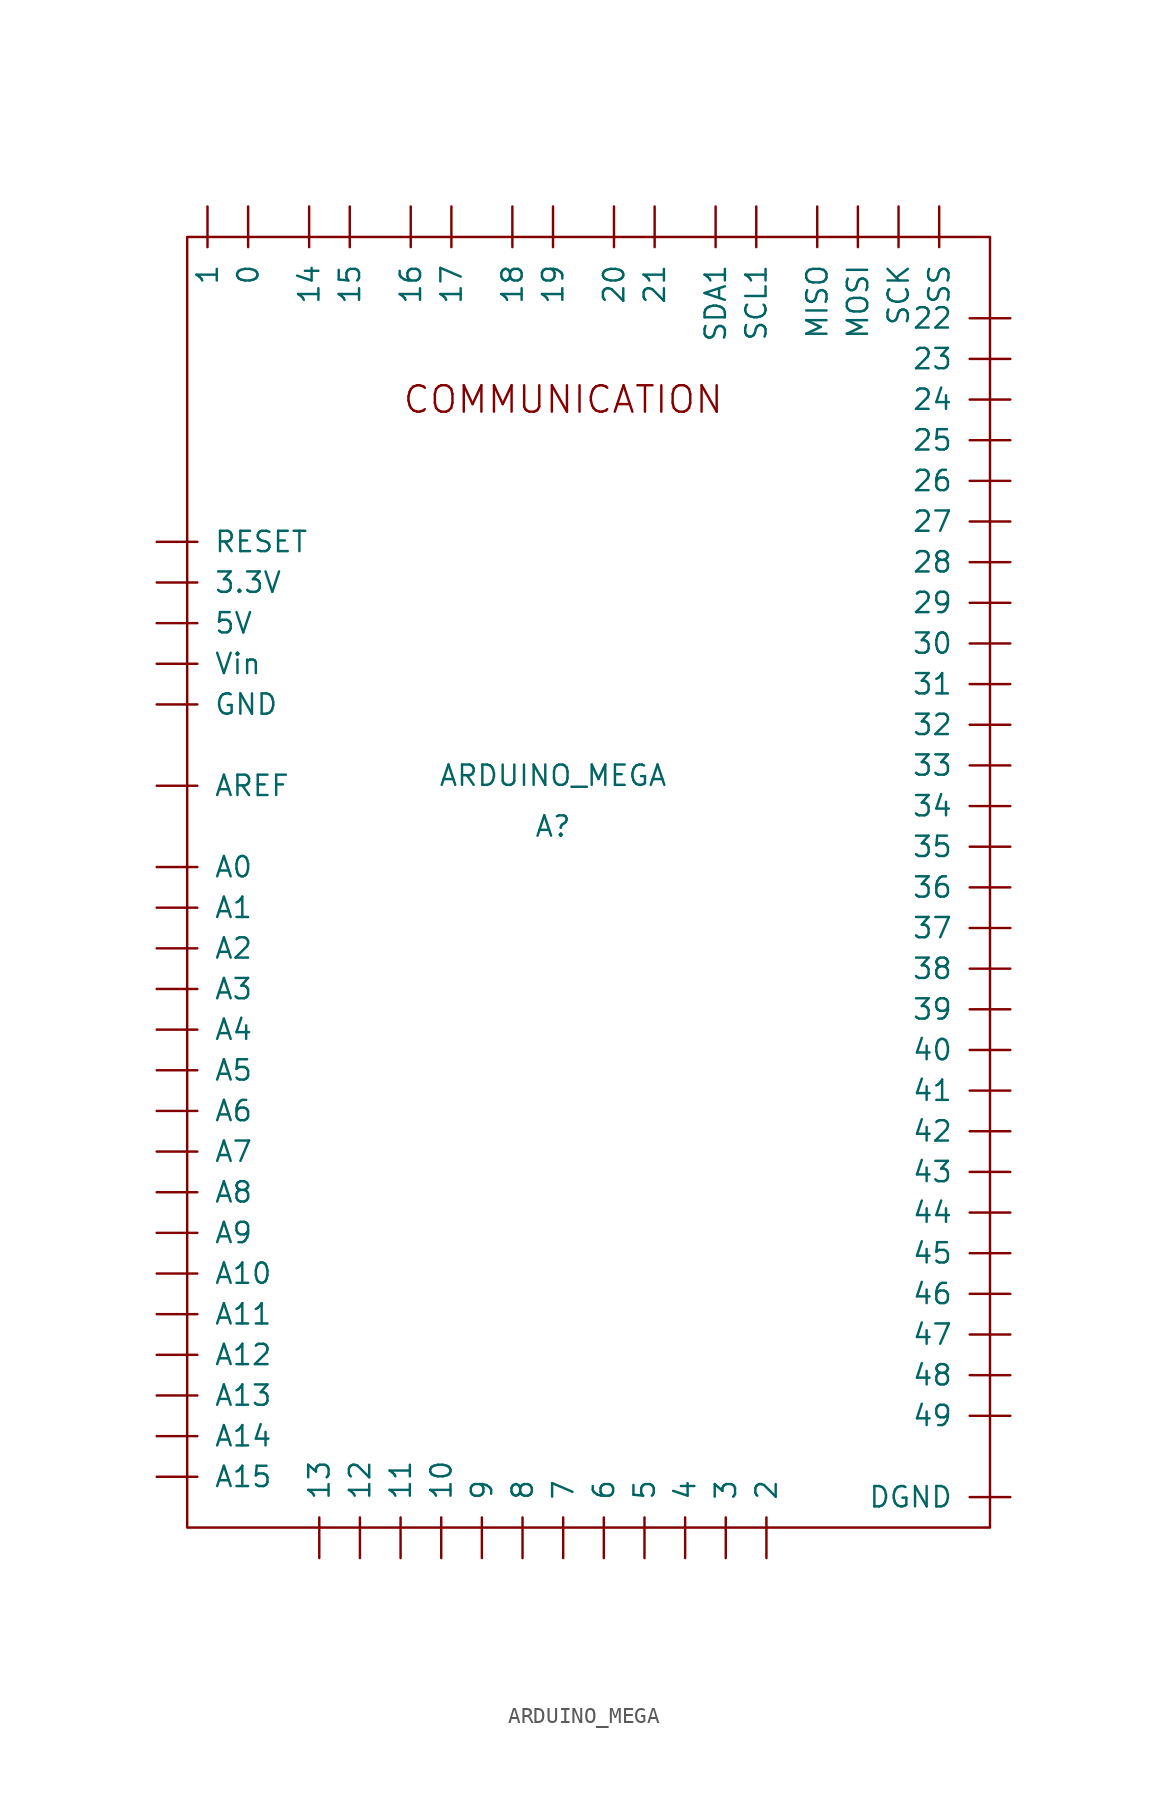
<source format=kicad_sym>
(kicad_symbol_lib
  (version 20211014)
  (generator kicad_symbol_editor)
  (symbol "ARDUINO_MEGA"
    (pin_numbers hide)
    (pin_names
      (offset 1.016))
    (property "Reference" "A"
      (at 0.635 -2.54 0)
      (effects (font (size 1.27 1.27))))
    (property "Value" "ARDUINO_MEGA"
      (at 0.635 0.635 0)
      (effects (font (size 1.27 1.27))))
    (symbol "ARDUINO_MEGA_0_0"
      (rectangle (start -22.225 34.29) (end 27.94 -46.355) (stroke (width 0) (type default) (color 0 0 0 0)) (fill (type none)))
      (text "COMMUNICATION" (at 1.27 24.13 0) (effects (font (size 1.651 1.651)))))
    (symbol "ARDUINO_MEGA_1_1"
      (pin passive line (at -18.415 36.195 270) (length 2.54) (name "0" (effects (font (size 1.27 1.27)))) (number "0" (effects (font (size 1.27 1.27)))))
      (pin passive line (at -20.955 36.195 270) (length 2.54) (name "1" (effects (font (size 1.27 1.27)))) (number "1" (effects (font (size 1.27 1.27)))))
      (pin passive line (at -6.35 -48.26 90) (length 2.54) (name "10" (effects (font (size 1.27 1.27)))) (number "10" (effects (font (size 1.27 1.27)))))
      (pin passive line (at -8.89 -48.26 90) (length 2.54) (name "11" (effects (font (size 1.27 1.27)))) (number "11" (effects (font (size 1.27 1.27)))))
      (pin passive line (at -11.43 -48.26 90) (length 2.54) (name "12" (effects (font (size 1.27 1.27)))) (number "12" (effects (font (size 1.27 1.27)))))
      (pin passive line (at -13.97 -48.26 90) (length 2.54) (name "13" (effects (font (size 1.27 1.27)))) (number "13" (effects (font (size 1.27 1.27)))))
      (pin passive line (at -14.605 36.195 270) (length 2.54) (name "14" (effects (font (size 1.27 1.27)))) (number "14" (effects (font (size 1.27 1.27)))))
      (pin passive line (at -12.065 36.195 270) (length 2.54) (name "15" (effects (font (size 1.27 1.27)))) (number "15" (effects (font (size 1.27 1.27)))))
      (pin passive line (at -8.255 36.195 270) (length 2.54) (name "16" (effects (font (size 1.27 1.27)))) (number "16" (effects (font (size 1.27 1.27)))))
      (pin passive line (at -5.715 36.195 270) (length 2.54) (name "17" (effects (font (size 1.27 1.27)))) (number "17" (effects (font (size 1.27 1.27)))))
      (pin passive line (at -1.905 36.195 270) (length 2.54) (name "18" (effects (font (size 1.27 1.27)))) (number "18" (effects (font (size 1.27 1.27)))))
      (pin passive line (at 0.635 36.195 270) (length 2.54) (name "19" (effects (font (size 1.27 1.27)))) (number "19" (effects (font (size 1.27 1.27)))))
      (pin passive line (at 13.97 -48.26 90) (length 2.54) (name "2" (effects (font (size 1.27 1.27)))) (number "2" (effects (font (size 1.27 1.27)))))
      (pin passive line (at 4.445 36.195 270) (length 2.54) (name "20" (effects (font (size 1.27 1.27)))) (number "20" (effects (font (size 1.27 1.27)))))
      (pin passive line (at 10.795 36.195 270) (length 2.54) (name "SDA1" (effects (font (size 1.27 1.27)))) (number "20" (effects (font (size 1.27 1.27)))))
      (pin passive line (at 6.985 36.195 270) (length 2.54) (name "21" (effects (font (size 1.27 1.27)))) (number "21" (effects (font (size 1.27 1.27)))))
      (pin passive line (at 13.335 36.195 270) (length 2.54) (name "SCL1" (effects (font (size 1.27 1.27)))) (number "21" (effects (font (size 1.27 1.27)))))
      (pin passive line (at 29.21 29.21 180) (length 2.54) (name "22" (effects (font (size 1.27 1.27)))) (number "22" (effects (font (size 1.27 1.27)))))
      (pin passive line (at 29.21 26.67 180) (length 2.54) (name "23" (effects (font (size 1.27 1.27)))) (number "23" (effects (font (size 1.27 1.27)))))
      (pin passive line (at 29.21 24.13 180) (length 2.54) (name "24" (effects (font (size 1.27 1.27)))) (number "24" (effects (font (size 1.27 1.27)))))
      (pin passive line (at 29.21 21.59 180) (length 2.54) (name "25" (effects (font (size 1.27 1.27)))) (number "25" (effects (font (size 1.27 1.27)))))
      (pin passive line (at 29.21 19.05 180) (length 2.54) (name "26" (effects (font (size 1.27 1.27)))) (number "26" (effects (font (size 1.27 1.27)))))
      (pin passive line (at 29.21 16.51 180) (length 2.54) (name "27" (effects (font (size 1.27 1.27)))) (number "27" (effects (font (size 1.27 1.27)))))
      (pin passive line (at 29.21 13.97 180) (length 2.54) (name "28" (effects (font (size 1.27 1.27)))) (number "28" (effects (font (size 1.27 1.27)))))
      (pin passive line (at 29.21 11.43 180) (length 2.54) (name "29" (effects (font (size 1.27 1.27)))) (number "29" (effects (font (size 1.27 1.27)))))
      (pin passive line (at 11.43 -48.26 90) (length 2.54) (name "3" (effects (font (size 1.27 1.27)))) (number "3" (effects (font (size 1.27 1.27)))))
      (pin passive line (at 29.21 8.89 180) (length 2.54) (name "30" (effects (font (size 1.27 1.27)))) (number "30" (effects (font (size 1.27 1.27)))))
      (pin passive line (at 29.21 6.35 180) (length 2.54) (name "31" (effects (font (size 1.27 1.27)))) (number "31" (effects (font (size 1.27 1.27)))))
      (pin passive line (at 29.21 3.81 180) (length 2.54) (name "32" (effects (font (size 1.27 1.27)))) (number "32" (effects (font (size 1.27 1.27)))))
      (pin passive line (at 29.21 1.27 180) (length 2.54) (name "33" (effects (font (size 1.27 1.27)))) (number "33" (effects (font (size 1.27 1.27)))))
      (pin passive line (at 29.21 -1.27 180) (length 2.54) (name "34" (effects (font (size 1.27 1.27)))) (number "34" (effects (font (size 1.27 1.27)))))
      (pin passive line (at 29.21 -3.81 180) (length 2.54) (name "35" (effects (font (size 1.27 1.27)))) (number "35" (effects (font (size 1.27 1.27)))))
      (pin passive line (at 29.21 -6.35 180) (length 2.54) (name "36" (effects (font (size 1.27 1.27)))) (number "36" (effects (font (size 1.27 1.27)))))
      (pin passive line (at 29.21 -8.89 180) (length 2.54) (name "37" (effects (font (size 1.27 1.27)))) (number "37" (effects (font (size 1.27 1.27)))))
      (pin passive line (at 29.21 -11.43 180) (length 2.54) (name "38" (effects (font (size 1.27 1.27)))) (number "38" (effects (font (size 1.27 1.27)))))
      (pin passive line (at 29.21 -13.97 180) (length 2.54) (name "39" (effects (font (size 1.27 1.27)))) (number "39" (effects (font (size 1.27 1.27)))))
      (pin passive line (at -24.13 12.7 0) (length 2.54) (name "3.3V" (effects (font (size 1.27 1.27)))) (number "3V3" (effects (font (size 1.27 1.27)))))
      (pin passive line (at 8.89 -48.26 90) (length 2.54) (name "4" (effects (font (size 1.27 1.27)))) (number "4" (effects (font (size 1.27 1.27)))))
      (pin passive line (at 29.21 -16.51 180) (length 2.54) (name "40" (effects (font (size 1.27 1.27)))) (number "40" (effects (font (size 1.27 1.27)))))
      (pin passive line (at 29.21 -19.05 180) (length 2.54) (name "41" (effects (font (size 1.27 1.27)))) (number "41" (effects (font (size 1.27 1.27)))))
      (pin passive line (at 29.21 -21.59 180) (length 2.54) (name "42" (effects (font (size 1.27 1.27)))) (number "42" (effects (font (size 1.27 1.27)))))
      (pin passive line (at 29.21 -24.13 180) (length 2.54) (name "43" (effects (font (size 1.27 1.27)))) (number "43" (effects (font (size 1.27 1.27)))))
      (pin passive line (at 29.21 -26.67 180) (length 2.54) (name "44" (effects (font (size 1.27 1.27)))) (number "44" (effects (font (size 1.27 1.27)))))
      (pin passive line (at 29.21 -29.21 180) (length 2.54) (name "45" (effects (font (size 1.27 1.27)))) (number "45" (effects (font (size 1.27 1.27)))))
      (pin passive line (at 29.21 -31.75 180) (length 2.54) (name "46" (effects (font (size 1.27 1.27)))) (number "46" (effects (font (size 1.27 1.27)))))
      (pin passive line (at 29.21 -34.29 180) (length 2.54) (name "47" (effects (font (size 1.27 1.27)))) (number "47" (effects (font (size 1.27 1.27)))))
      (pin passive line (at 29.21 -36.83 180) (length 2.54) (name "48" (effects (font (size 1.27 1.27)))) (number "48" (effects (font (size 1.27 1.27)))))
      (pin passive line (at 29.21 -39.37 180) (length 2.54) (name "49" (effects (font (size 1.27 1.27)))) (number "49" (effects (font (size 1.27 1.27)))))
      (pin passive line (at 6.35 -48.26 90) (length 2.54) (name "5" (effects (font (size 1.27 1.27)))) (number "5" (effects (font (size 1.27 1.27)))))
      (pin passive line (at 17.145 36.195 270) (length 2.54) (name "MISO" (effects (font (size 1.27 1.27)))) (number "50" (effects (font (size 1.27 1.27)))))
      (pin passive line (at 19.685 36.195 270) (length 2.54) (name "MOSI" (effects (font (size 1.27 1.27)))) (number "51" (effects (font (size 1.27 1.27)))))
      (pin passive line (at 22.225 36.195 270) (length 2.54) (name "SCK" (effects (font (size 1.27 1.27)))) (number "52" (effects (font (size 1.27 1.27)))))
      (pin passive line (at 24.765 36.195 270) (length 2.54) (name "SS" (effects (font (size 1.27 1.27)))) (number "53" (effects (font (size 1.27 1.27)))))
      (pin passive line (at -24.13 10.16 0) (length 2.54) (name "5V" (effects (font (size 1.27 1.27)))) (number "5V" (effects (font (size 1.27 1.27)))))
      (pin passive line (at 3.81 -48.26 90) (length 2.54) (name "6" (effects (font (size 1.27 1.27)))) (number "6" (effects (font (size 1.27 1.27)))))
      (pin passive line (at 1.27 -48.26 90) (length 2.54) (name "7" (effects (font (size 1.27 1.27)))) (number "7" (effects (font (size 1.27 1.27)))))
      (pin passive line (at -1.27 -48.26 90) (length 2.54) (name "8" (effects (font (size 1.27 1.27)))) (number "8" (effects (font (size 1.27 1.27)))))
      (pin passive line (at -3.81 -48.26 90) (length 2.54) (name "9" (effects (font (size 1.27 1.27)))) (number "9" (effects (font (size 1.27 1.27)))))
      (pin passive line (at -24.13 -5.08 0) (length 2.54) (name "A0" (effects (font (size 1.27 1.27)))) (number "A0" (effects (font (size 1.27 1.27)))))
      (pin passive line (at -24.13 -7.62 0) (length 2.54) (name "A1" (effects (font (size 1.27 1.27)))) (number "A1" (effects (font (size 1.27 1.27)))))
      (pin passive line (at -24.13 -30.48 0) (length 2.54) (name "A10" (effects (font (size 1.27 1.27)))) (number "A10" (effects (font (size 1.27 1.27)))))
      (pin passive line (at -24.13 -33.02 0) (length 2.54) (name "A11" (effects (font (size 1.27 1.27)))) (number "A11" (effects (font (size 1.27 1.27)))))
      (pin passive line (at -24.13 -35.56 0) (length 2.54) (name "A12" (effects (font (size 1.27 1.27)))) (number "A12" (effects (font (size 1.27 1.27)))))
      (pin passive line (at -24.13 -38.1 0) (length 2.54) (name "A13" (effects (font (size 1.27 1.27)))) (number "A13" (effects (font (size 1.27 1.27)))))
      (pin passive line (at -24.13 -40.64 0) (length 2.54) (name "A14" (effects (font (size 1.27 1.27)))) (number "A14" (effects (font (size 1.27 1.27)))))
      (pin passive line (at -24.13 -43.18 0) (length 2.54) (name "A15" (effects (font (size 1.27 1.27)))) (number "A15" (effects (font (size 1.27 1.27)))))
      (pin passive line (at -24.13 -10.16 0) (length 2.54) (name "A2" (effects (font (size 1.27 1.27)))) (number "A2" (effects (font (size 1.27 1.27)))))
      (pin passive line (at -24.13 -12.7 0) (length 2.54) (name "A3" (effects (font (size 1.27 1.27)))) (number "A3" (effects (font (size 1.27 1.27)))))
      (pin passive line (at -24.13 -15.24 0) (length 2.54) (name "A4" (effects (font (size 1.27 1.27)))) (number "A4" (effects (font (size 1.27 1.27)))))
      (pin passive line (at -24.13 -17.78 0) (length 2.54) (name "A5" (effects (font (size 1.27 1.27)))) (number "A5" (effects (font (size 1.27 1.27)))))
      (pin passive line (at -24.13 -20.32 0) (length 2.54) (name "A6" (effects (font (size 1.27 1.27)))) (number "A6" (effects (font (size 1.27 1.27)))))
      (pin passive line (at -24.13 -22.86 0) (length 2.54) (name "A7" (effects (font (size 1.27 1.27)))) (number "A7" (effects (font (size 1.27 1.27)))))
      (pin passive line (at -24.13 -25.4 0) (length 2.54) (name "A8" (effects (font (size 1.27 1.27)))) (number "A8" (effects (font (size 1.27 1.27)))))
      (pin passive line (at -24.13 -27.94 0) (length 2.54) (name "A9" (effects (font (size 1.27 1.27)))) (number "A9" (effects (font (size 1.27 1.27)))))
      (pin passive line (at -24.13 0 0) (length 2.54) (name "AREF" (effects (font (size 1.27 1.27)))) (number "AREF" (effects (font (size 1.27 1.27)))))
      (pin passive line (at 29.21 -44.45 180) (length 2.54) (name "DGND" (effects (font (size 1.27 1.27)))) (number "DGND" (effects (font (size 1.27 1.27)))))
      (pin passive line (at -24.13 5.08 0) (length 2.54) (name "GND" (effects (font (size 1.27 1.27)))) (number "GND" (effects (font (size 1.27 1.27)))))
      (pin passive line (at -24.13 15.24 0) (length 2.54) (name "RESET" (effects (font (size 1.27 1.27)))) (number "RST" (effects (font (size 1.27 1.27)))))
      (pin passive line (at -24.13 7.62 0) (length 2.54) (name "Vin" (effects (font (size 1.27 1.27)))) (number "VIN" (effects (font (size 1.27 1.27))))))))
</source>
